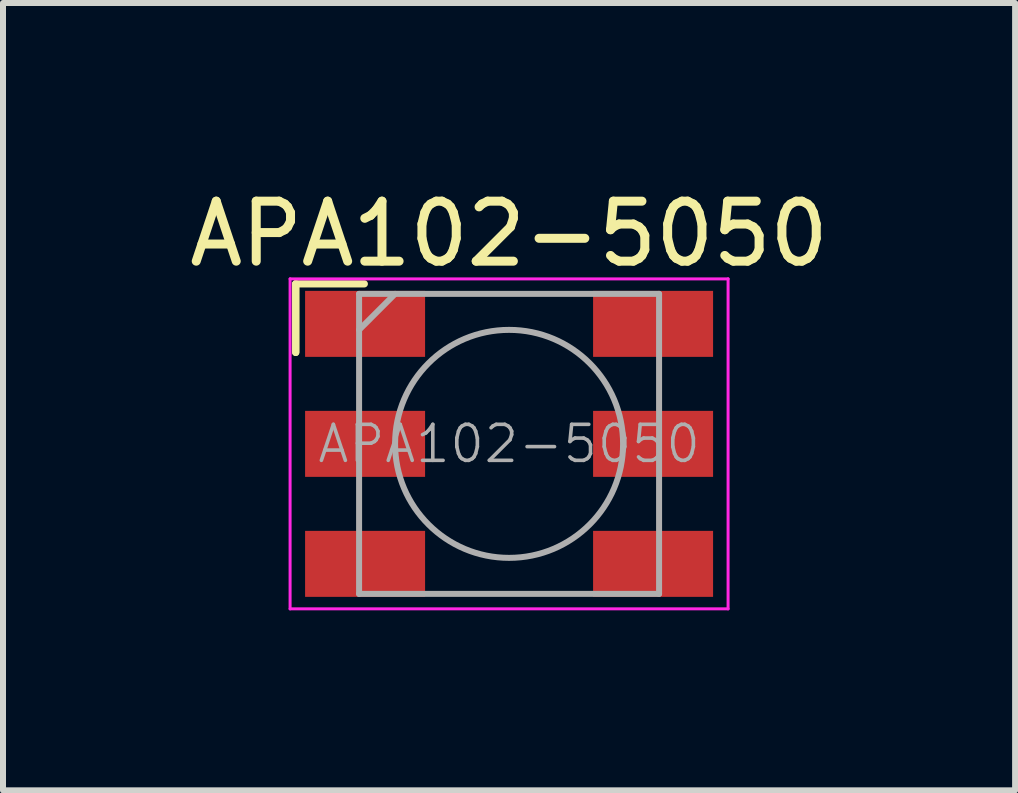
<source format=kicad_pcb>
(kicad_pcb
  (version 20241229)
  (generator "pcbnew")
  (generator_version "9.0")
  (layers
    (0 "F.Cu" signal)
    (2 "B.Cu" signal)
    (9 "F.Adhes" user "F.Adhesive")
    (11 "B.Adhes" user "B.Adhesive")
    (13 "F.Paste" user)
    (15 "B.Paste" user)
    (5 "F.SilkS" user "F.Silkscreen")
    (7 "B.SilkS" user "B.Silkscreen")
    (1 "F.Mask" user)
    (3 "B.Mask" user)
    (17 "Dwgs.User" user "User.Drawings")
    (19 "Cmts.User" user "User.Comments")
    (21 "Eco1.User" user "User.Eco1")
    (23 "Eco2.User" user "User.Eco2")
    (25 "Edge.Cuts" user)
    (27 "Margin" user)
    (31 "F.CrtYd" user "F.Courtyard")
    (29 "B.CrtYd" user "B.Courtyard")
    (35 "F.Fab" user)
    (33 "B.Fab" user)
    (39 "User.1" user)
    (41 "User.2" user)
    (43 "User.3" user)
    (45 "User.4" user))
  (footprint "APA102-5050"
    (layer "F.Cu")
    (at 5.435 4.348)
    (property "Reference" "APA102-5050" (at 0 -3.5 180) (layer "F.SilkS") (effects (font (size 1 1) (thickness 0.15))))
    (attr smd)
    (fp_line (start -3.556 -2.667) (end -3.556 -1.524) (stroke (width 0.12) (type solid)) (layer "F.SilkS"))
    (fp_line (start -3.556 -2.667) (end -2.413 -2.667) (stroke (width 0.12) (type solid)) (layer "F.SilkS"))
    (fp_line (start -3.556 -1.524) (end -3.556 -2.667) (stroke (width 0.12) (type solid)) (layer "F.SilkS"))
    (fp_line (start -3.65 -2.75) (end -3.65 2.75) (stroke (width 0.05) (type solid)) (layer "F.CrtYd"))
    (fp_line (start -3.65 2.75) (end 3.65 2.75) (stroke (width 0.05) (type solid)) (layer "F.CrtYd"))
    (fp_line (start 3.65 -2.75) (end -3.65 -2.75) (stroke (width 0.05) (type solid)) (layer "F.CrtYd"))
    (fp_line (start 3.65 2.75) (end 3.65 -2.75) (stroke (width 0.05) (type solid)) (layer "F.CrtYd"))
    (fp_line (start -2.5 -2.5) (end -2.5 2.5) (stroke (width 0.1) (type solid)) (layer "F.Fab"))
    (fp_line (start -2.5 -1.9) (end -1.9 -2.5) (stroke (width 0.1) (type solid)) (layer "F.Fab"))
    (fp_line (start -2.5 2.5) (end 2.5 2.5) (stroke (width 0.1) (type solid)) (layer "F.Fab"))
    (fp_line (start 2.5 -2.5) (end -2.5 -2.5) (stroke (width 0.1) (type solid)) (layer "F.Fab"))
    (fp_line (start 2.5 2.5) (end 2.5 -2.5) (stroke (width 0.1) (type solid)) (layer "F.Fab"))
    (fp_circle (center 0 0) (end 0 -1.9) (stroke (width 0.1) (type solid)) (fill no) (layer "F.Fab"))
    (fp_text user "${REFERENCE}" (at 0 0 0) (layer "F.Fab") (effects (font (size 0.6 0.6) (thickness 0.06))))
    (pad "1" smd rect (at -2.4 -2 90) (size 1.1 2) (layers "F.Cu" "F.Mask" "F.Paste"))
    (pad "2" smd rect (at -2.4 0 90) (size 1.1 2) (layers "F.Cu" "F.Mask" "F.Paste"))
    (pad "3" smd rect (at -2.4 2 90) (size 1.1 2) (layers "F.Cu" "F.Mask" "F.Paste"))
    (pad "4" smd rect (at 2.4 2 90) (size 1.1 2) (layers "F.Cu" "F.Mask" "F.Paste"))
    (pad "5" smd rect (at 2.4 0 90) (size 1.1 2) (layers "F.Cu" "F.Mask" "F.Paste"))
    (pad "6" smd rect (at 2.4 -2 90) (size 1.1 2) (layers "F.Cu" "F.Mask" "F.Paste")))
  (gr_rect
    (start -3 -3)
    (end 13.869 10.123)
    (stroke (width 0.1) (type default))
    (fill no)
    (layer "Edge.Cuts")))
</source>
